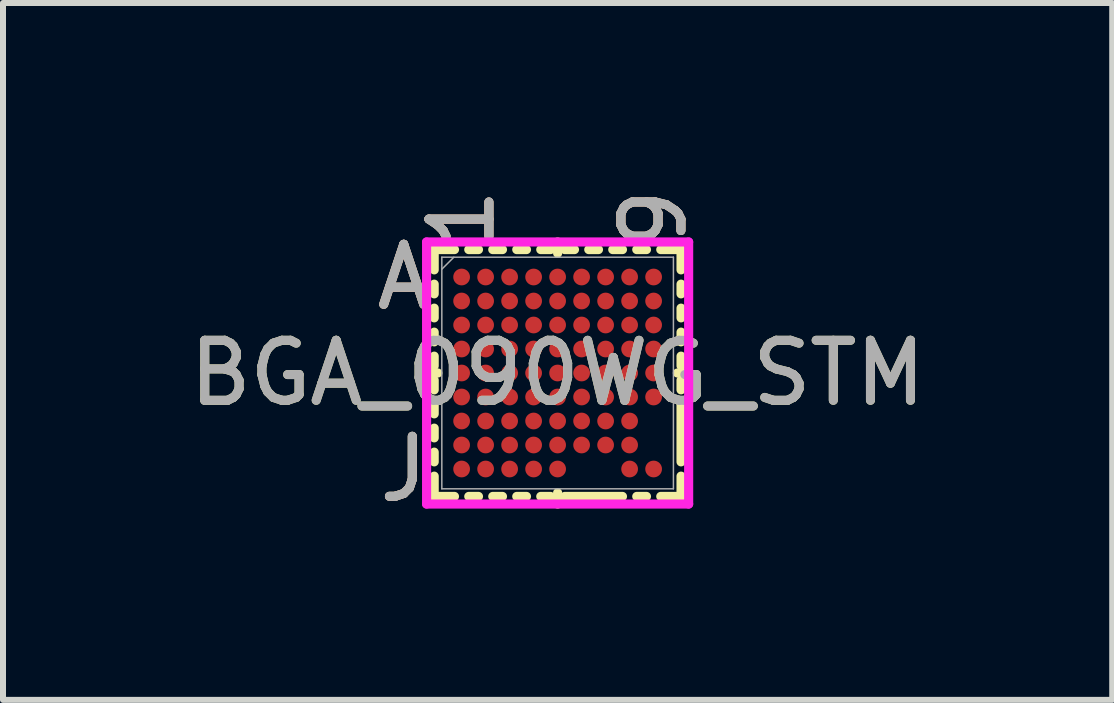
<source format=kicad_pcb>
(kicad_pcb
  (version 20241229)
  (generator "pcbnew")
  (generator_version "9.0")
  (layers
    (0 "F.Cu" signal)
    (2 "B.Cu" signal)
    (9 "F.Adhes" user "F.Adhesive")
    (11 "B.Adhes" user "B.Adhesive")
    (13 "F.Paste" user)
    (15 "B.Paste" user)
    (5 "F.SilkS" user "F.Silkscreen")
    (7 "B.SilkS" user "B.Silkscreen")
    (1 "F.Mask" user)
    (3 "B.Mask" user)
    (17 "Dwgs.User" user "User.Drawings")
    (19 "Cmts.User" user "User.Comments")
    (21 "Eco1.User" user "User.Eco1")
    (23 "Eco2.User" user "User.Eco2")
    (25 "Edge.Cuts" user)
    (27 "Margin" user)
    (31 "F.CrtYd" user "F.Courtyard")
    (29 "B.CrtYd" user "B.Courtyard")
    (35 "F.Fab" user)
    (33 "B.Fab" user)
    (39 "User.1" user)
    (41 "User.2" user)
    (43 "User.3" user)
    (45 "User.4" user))
  (footprint "BGA_090WG_STM"
    (layer "F.Cu")
    (at 6.244 3.167)
    (property "Reference" "BGA_090WG_STM" (at 0 0 0) (unlocked yes) (layer "F.SilkS") (effects (font (size 1 1) (thickness 0.15))))
    (attr smd)
    (fp_line (start -2.057 -2.057) (end -2.057 -1.719) (stroke (width 0.152) (type solid)) (layer "F.SilkS"))
    (fp_line (start -2.057 -1.481) (end -2.057 -1.319) (stroke (width 0.152) (type solid)) (layer "F.SilkS"))
    (fp_line (start -2.057 -1.081) (end -2.057 -0.919) (stroke (width 0.152) (type solid)) (layer "F.SilkS"))
    (fp_line (start -2.057 -0.681) (end -2.057 -0.519) (stroke (width 0.152) (type solid)) (layer "F.SilkS"))
    (fp_line (start -2.057 -0.281) (end -2.057 -0.119) (stroke (width 0.152) (type solid)) (layer "F.SilkS"))
    (fp_line (start -2.057 0.119) (end -2.057 0.281) (stroke (width 0.152) (type solid)) (layer "F.SilkS"))
    (fp_line (start -2.057 0.519) (end -2.057 0.681) (stroke (width 0.152) (type solid)) (layer "F.SilkS"))
    (fp_line (start -2.057 0.919) (end -2.057 1.081) (stroke (width 0.152) (type solid)) (layer "F.SilkS"))
    (fp_line (start -2.057 1.319) (end -2.057 1.481) (stroke (width 0.152) (type solid)) (layer "F.SilkS"))
    (fp_line (start -2.057 1.719) (end -2.057 2.057) (stroke (width 0.152) (type solid)) (layer "F.SilkS"))
    (fp_line (start -2.057 2.057) (end -1.719 2.057) (stroke (width 0.152) (type solid)) (layer "F.SilkS"))
    (fp_line (start -1.996 0) (end -2.184 0) (stroke (width 0.152) (type solid)) (layer "F.SilkS"))
    (fp_line (start -1.719 -2.057) (end -2.057 -2.057) (stroke (width 0.152) (type solid)) (layer "F.SilkS"))
    (fp_line (start -1.481 2.057) (end -1.319 2.057) (stroke (width 0.152) (type solid)) (layer "F.SilkS"))
    (fp_line (start -1.319 -2.057) (end -1.481 -2.057) (stroke (width 0.152) (type solid)) (layer "F.SilkS"))
    (fp_line (start -1.081 2.057) (end -0.919 2.057) (stroke (width 0.152) (type solid)) (layer "F.SilkS"))
    (fp_line (start -0.919 -2.057) (end -1.081 -2.057) (stroke (width 0.152) (type solid)) (layer "F.SilkS"))
    (fp_line (start -0.681 2.057) (end -0.519 2.057) (stroke (width 0.152) (type solid)) (layer "F.SilkS"))
    (fp_line (start -0.519 -2.057) (end -0.681 -2.057) (stroke (width 0.152) (type solid)) (layer "F.SilkS"))
    (fp_line (start -0.281 2.057) (end -0.119 2.057) (stroke (width 0.152) (type solid)) (layer "F.SilkS"))
    (fp_line (start -0.119 -2.057) (end -0.281 -2.057) (stroke (width 0.152) (type solid)) (layer "F.SilkS"))
    (fp_line (start 0 -1.996) (end 0 -2.184) (stroke (width 0.152) (type solid)) (layer "F.SilkS"))
    (fp_line (start 0 1.996) (end 0 2.184) (stroke (width 0.152) (type solid)) (layer "F.SilkS"))
    (fp_line (start 0.119 2.057) (end 1.081 2.057) (stroke (width 0.152) (type solid)) (layer "F.SilkS"))
    (fp_line (start 0.281 -2.057) (end 0.119 -2.057) (stroke (width 0.152) (type solid)) (layer "F.SilkS"))
    (fp_line (start 0.681 -2.057) (end 0.519 -2.057) (stroke (width 0.152) (type solid)) (layer "F.SilkS"))
    (fp_line (start 1.081 -2.057) (end 0.919 -2.057) (stroke (width 0.152) (type solid)) (layer "F.SilkS"))
    (fp_line (start 1.319 2.057) (end 1.481 2.057) (stroke (width 0.152) (type solid)) (layer "F.SilkS"))
    (fp_line (start 1.481 -2.057) (end 1.319 -2.057) (stroke (width 0.152) (type solid)) (layer "F.SilkS"))
    (fp_line (start 1.719 2.057) (end 2.057 2.057) (stroke (width 0.152) (type solid)) (layer "F.SilkS"))
    (fp_line (start 1.996 0) (end 2.184 0) (stroke (width 0.152) (type solid)) (layer "F.SilkS"))
    (fp_line (start 2.057 -2.057) (end 1.719 -2.057) (stroke (width 0.152) (type solid)) (layer "F.SilkS"))
    (fp_line (start 2.057 -1.719) (end 2.057 -2.057) (stroke (width 0.152) (type solid)) (layer "F.SilkS"))
    (fp_line (start 2.057 -1.319) (end 2.057 -1.481) (stroke (width 0.152) (type solid)) (layer "F.SilkS"))
    (fp_line (start 2.057 -0.919) (end 2.057 -1.081) (stroke (width 0.152) (type solid)) (layer "F.SilkS"))
    (fp_line (start 2.057 -0.519) (end 2.057 -0.681) (stroke (width 0.152) (type solid)) (layer "F.SilkS"))
    (fp_line (start 2.057 -0.119) (end 2.057 -0.281) (stroke (width 0.152) (type solid)) (layer "F.SilkS"))
    (fp_line (start 2.057 0.281) (end 2.057 0.119) (stroke (width 0.152) (type solid)) (layer "F.SilkS"))
    (fp_line (start 2.057 1.481) (end 2.057 0.519) (stroke (width 0.152) (type solid)) (layer "F.SilkS"))
    (fp_line (start 2.057 2.057) (end 2.057 1.719) (stroke (width 0.152) (type solid)) (layer "F.SilkS"))
    (fp_line (start -2.184 -2.184) (end 2.184 -2.184) (stroke (width 0.152) (type solid)) (layer "F.CrtYd"))
    (fp_line (start -2.184 2.184) (end -2.184 -2.184) (stroke (width 0.152) (type solid)) (layer "F.CrtYd"))
    (fp_line (start 2.184 -2.184) (end 2.184 2.184) (stroke (width 0.152) (type solid)) (layer "F.CrtYd"))
    (fp_line (start 2.184 2.184) (end -2.184 2.184) (stroke (width 0.152) (type solid)) (layer "F.CrtYd"))
    (fp_line (start -1.93 -1.93) (end -1.93 1.93) (stroke (width 0.025) (type solid)) (layer "F.Fab"))
    (fp_line (start -1.93 1.93) (end 1.93 1.93) (stroke (width 0.025) (type solid)) (layer "F.Fab"))
    (fp_line (start -1.73 -1.93) (end -1.93 -1.73) (stroke (width 0.025) (type solid)) (layer "F.Fab"))
    (fp_line (start 1.93 -1.93) (end -1.93 -1.93) (stroke (width 0.025) (type solid)) (layer "F.Fab"))
    (fp_line (start 1.93 1.93) (end 1.93 -1.93) (stroke (width 0.025) (type solid)) (layer "F.Fab"))
    (fp_text user "1" (at -1.6 -2.565 90) (unlocked yes) (layer "F.SilkS") (effects (font (size 1 1) (thickness 0.15))))
    (fp_text user "9" (at 1.6 -2.565 90) (unlocked yes) (layer "F.SilkS") (effects (font (size 1 1) (thickness 0.15))))
    (fp_text user "A" (at -2.565 -1.6 0) (unlocked yes) (layer "F.SilkS") (effects (font (size 1 1) (thickness 0.15))))
    (fp_text user "J" (at -2.565 1.6 0) (unlocked yes) (layer "F.SilkS") (effects (font (size 1 1) (thickness 0.15))))
    (fp_text user "A" (at -2.565 -1.6 0) (unlocked yes) (layer "B.SilkS") (effects (font (size 1 1) (thickness 0.15))))
    (fp_text user "9" (at 1.6 -2.565 90) (unlocked yes) (layer "B.SilkS") (effects (font (size 1 1) (thickness 0.15))))
    (fp_text user "J" (at -2.565 1.6 0) (unlocked yes) (layer "B.SilkS") (effects (font (size 1 1) (thickness 0.15))))
    (fp_text user "1" (at -1.6 -2.565 90) (unlocked yes) (layer "B.SilkS") (effects (font (size 1 1) (thickness 0.15))))
    (fp_text user "9" (at 1.6 -2.565 90) (unlocked yes) (layer "F.Fab") (effects (font (size 1 1) (thickness 0.15))))
    (fp_text user "1" (at -1.6 -2.565 90) (unlocked yes) (layer "F.Fab") (effects (font (size 1 1) (thickness 0.15))))
    (fp_text user "A" (at -2.565 -1.6 0) (unlocked yes) (layer "F.Fab") (effects (font (size 1 1) (thickness 0.15))))
    (fp_text user "J" (at -2.565 1.6 0) (unlocked yes) (layer "F.Fab") (effects (font (size 1 1) (thickness 0.15))))
    (fp_text user "${REFERENCE}" (at 0 0 0) (unlocked yes) (layer "F.Fab") (effects (font (size 1 1) (thickness 0.15))))
    (pad "A1" smd circle (at -1.6 -1.6) (size 0.279 0.279) (layers "F.Cu" "F.Mask" "F.Paste"))
    (pad "A2" smd circle (at -1.2 -1.6) (size 0.279 0.279) (layers "F.Cu" "F.Mask" "F.Paste"))
    (pad "A3" smd circle (at -0.8 -1.6) (size 0.279 0.279) (layers "F.Cu" "F.Mask" "F.Paste"))
    (pad "A4" smd circle (at -0.4 -1.6) (size 0.279 0.279) (layers "F.Cu" "F.Mask" "F.Paste"))
    (pad "A5" smd circle (at 0 -1.6) (size 0.279 0.279) (layers "F.Cu" "F.Mask" "F.Paste"))
    (pad "A6" smd circle (at 0.4 -1.6) (size 0.279 0.279) (layers "F.Cu" "F.Mask" "F.Paste"))
    (pad "A7" smd circle (at 0.8 -1.6) (size 0.279 0.279) (layers "F.Cu" "F.Mask" "F.Paste"))
    (pad "A8" smd circle (at 1.2 -1.6) (size 0.279 0.279) (layers "F.Cu" "F.Mask" "F.Paste"))
    (pad "A9" smd circle (at 1.6 -1.6) (size 0.279 0.279) (layers "F.Cu" "F.Mask" "F.Paste"))
    (pad "B1" smd circle (at -1.6 -1.2) (size 0.279 0.279) (layers "F.Cu" "F.Mask" "F.Paste"))
    (pad "B2" smd circle (at -1.2 -1.2) (size 0.279 0.279) (layers "F.Cu" "F.Mask" "F.Paste"))
    (pad "B3" smd circle (at -0.8 -1.2) (size 0.279 0.279) (layers "F.Cu" "F.Mask" "F.Paste"))
    (pad "B4" smd circle (at -0.4 -1.2) (size 0.279 0.279) (layers "F.Cu" "F.Mask" "F.Paste"))
    (pad "B5" smd circle (at 0 -1.2) (size 0.279 0.279) (layers "F.Cu" "F.Mask" "F.Paste"))
    (pad "B6" smd circle (at 0.4 -1.2) (size 0.279 0.279) (layers "F.Cu" "F.Mask" "F.Paste"))
    (pad "B7" smd circle (at 0.8 -1.2) (size 0.279 0.279) (layers "F.Cu" "F.Mask" "F.Paste"))
    (pad "B8" smd circle (at 1.2 -1.2) (size 0.279 0.279) (layers "F.Cu" "F.Mask" "F.Paste"))
    (pad "B9" smd circle (at 1.6 -1.2) (size 0.279 0.279) (layers "F.Cu" "F.Mask" "F.Paste"))
    (pad "C1" smd circle (at -1.6 -0.8) (size 0.279 0.279) (layers "F.Cu" "F.Mask" "F.Paste"))
    (pad "C2" smd circle (at -1.2 -0.8) (size 0.279 0.279) (layers "F.Cu" "F.Mask" "F.Paste"))
    (pad "C3" smd circle (at -0.8 -0.8) (size 0.279 0.279) (layers "F.Cu" "F.Mask" "F.Paste"))
    (pad "C4" smd circle (at -0.4 -0.8) (size 0.279 0.279) (layers "F.Cu" "F.Mask" "F.Paste"))
    (pad "C5" smd circle (at 0 -0.8) (size 0.279 0.279) (layers "F.Cu" "F.Mask" "F.Paste"))
    (pad "C6" smd circle (at 0.4 -0.8) (size 0.279 0.279) (layers "F.Cu" "F.Mask" "F.Paste"))
    (pad "C7" smd circle (at 0.8 -0.8) (size 0.279 0.279) (layers "F.Cu" "F.Mask" "F.Paste"))
    (pad "C8" smd circle (at 1.2 -0.8) (size 0.279 0.279) (layers "F.Cu" "F.Mask" "F.Paste"))
    (pad "C9" smd circle (at 1.6 -0.8) (size 0.279 0.279) (layers "F.Cu" "F.Mask" "F.Paste"))
    (pad "D1" smd circle (at -1.6 -0.4) (size 0.279 0.279) (layers "F.Cu" "F.Mask" "F.Paste"))
    (pad "D2" smd circle (at -1.2 -0.4) (size 0.279 0.279) (layers "F.Cu" "F.Mask" "F.Paste"))
    (pad "D3" smd circle (at -0.8 -0.4) (size 0.279 0.279) (layers "F.Cu" "F.Mask" "F.Paste"))
    (pad "D4" smd circle (at -0.4 -0.4) (size 0.279 0.279) (layers "F.Cu" "F.Mask" "F.Paste"))
    (pad "D5" smd circle (at 0 -0.4) (size 0.279 0.279) (layers "F.Cu" "F.Mask" "F.Paste"))
    (pad "D6" smd circle (at 0.4 -0.4) (size 0.279 0.279) (layers "F.Cu" "F.Mask" "F.Paste"))
    (pad "D7" smd circle (at 0.8 -0.4) (size 0.279 0.279) (layers "F.Cu" "F.Mask" "F.Paste"))
    (pad "D8" smd circle (at 1.2 -0.4) (size 0.279 0.279) (layers "F.Cu" "F.Mask" "F.Paste"))
    (pad "D9" smd circle (at 1.6 -0.4) (size 0.279 0.279) (layers "F.Cu" "F.Mask" "F.Paste"))
    (pad "E1" smd circle (at -1.6 0) (size 0.279 0.279) (layers "F.Cu" "F.Mask" "F.Paste"))
    (pad "E2" smd circle (at -1.2 0) (size 0.279 0.279) (layers "F.Cu" "F.Mask" "F.Paste"))
    (pad "E3" smd circle (at -0.8 0) (size 0.279 0.279) (layers "F.Cu" "F.Mask" "F.Paste"))
    (pad "E4" smd circle (at -0.4 0) (size 0.279 0.279) (layers "F.Cu" "F.Mask" "F.Paste"))
    (pad "E5" smd circle (at 0 0) (size 0.279 0.279) (layers "F.Cu" "F.Mask" "F.Paste"))
    (pad "E6" smd circle (at 0.4 0) (size 0.279 0.279) (layers "F.Cu" "F.Mask" "F.Paste"))
    (pad "E7" smd circle (at 0.8 0) (size 0.279 0.279) (layers "F.Cu" "F.Mask" "F.Paste"))
    (pad "E8" smd circle (at 1.2 0) (size 0.279 0.279) (layers "F.Cu" "F.Mask" "F.Paste"))
    (pad "E9" smd circle (at 1.6 0) (size 0.279 0.279) (layers "F.Cu" "F.Mask" "F.Paste"))
    (pad "F1" smd circle (at -1.6 0.4) (size 0.279 0.279) (layers "F.Cu" "F.Mask" "F.Paste"))
    (pad "F2" smd circle (at -1.2 0.4) (size 0.279 0.279) (layers "F.Cu" "F.Mask" "F.Paste"))
    (pad "F3" smd circle (at -0.8 0.4) (size 0.279 0.279) (layers "F.Cu" "F.Mask" "F.Paste"))
    (pad "F4" smd circle (at -0.4 0.4) (size 0.279 0.279) (layers "F.Cu" "F.Mask" "F.Paste"))
    (pad "F5" smd circle (at 0 0.4) (size 0.279 0.279) (layers "F.Cu" "F.Mask" "F.Paste"))
    (pad "F6" smd circle (at 0.4 0.4) (size 0.279 0.279) (layers "F.Cu" "F.Mask" "F.Paste"))
    (pad "F7" smd circle (at 0.8 0.4) (size 0.279 0.279) (layers "F.Cu" "F.Mask" "F.Paste"))
    (pad "F8" smd circle (at 1.2 0.4) (size 0.279 0.279) (layers "F.Cu" "F.Mask" "F.Paste"))
    (pad "F9" smd circle (at 1.6 0.4) (size 0.279 0.279) (layers "F.Cu" "F.Mask" "F.Paste"))
    (pad "G1" smd circle (at -1.6 0.8) (size 0.279 0.279) (layers "F.Cu" "F.Mask" "F.Paste"))
    (pad "G2" smd circle (at -1.2 0.8) (size 0.279 0.279) (layers "F.Cu" "F.Mask" "F.Paste"))
    (pad "G3" smd circle (at -0.8 0.8) (size 0.279 0.279) (layers "F.Cu" "F.Mask" "F.Paste"))
    (pad "G4" smd circle (at -0.4 0.8) (size 0.279 0.279) (layers "F.Cu" "F.Mask" "F.Paste"))
    (pad "G5" smd circle (at 0 0.8) (size 0.279 0.279) (layers "F.Cu" "F.Mask" "F.Paste"))
    (pad "G6" smd circle (at 0.4 0.8) (size 0.279 0.279) (layers "F.Cu" "F.Mask" "F.Paste"))
    (pad "G7" smd circle (at 0.8 0.8) (size 0.279 0.279) (layers "F.Cu" "F.Mask" "F.Paste"))
    (pad "G8" smd circle (at 1.2 0.8) (size 0.279 0.279) (layers "F.Cu" "F.Mask" "F.Paste"))
    (pad "H1" smd circle (at -1.6 1.2) (size 0.279 0.279) (layers "F.Cu" "F.Mask" "F.Paste"))
    (pad "H2" smd circle (at -1.2 1.2) (size 0.279 0.279) (layers "F.Cu" "F.Mask" "F.Paste"))
    (pad "H3" smd circle (at -0.8 1.2) (size 0.279 0.279) (layers "F.Cu" "F.Mask" "F.Paste"))
    (pad "H4" smd circle (at -0.4 1.2) (size 0.279 0.279) (layers "F.Cu" "F.Mask" "F.Paste"))
    (pad "H5" smd circle (at 0 1.2) (size 0.279 0.279) (layers "F.Cu" "F.Mask" "F.Paste"))
    (pad "H6" smd circle (at 0.4 1.2) (size 0.279 0.279) (layers "F.Cu" "F.Mask" "F.Paste"))
    (pad "H7" smd circle (at 0.8 1.2) (size 0.279 0.279) (layers "F.Cu" "F.Mask" "F.Paste"))
    (pad "H8" smd circle (at 1.2 1.2) (size 0.279 0.279) (layers "F.Cu" "F.Mask" "F.Paste"))
    (pad "J1" smd circle (at -1.6 1.6) (size 0.279 0.279) (layers "F.Cu" "F.Mask" "F.Paste"))
    (pad "J2" smd circle (at -1.2 1.6) (size 0.279 0.279) (layers "F.Cu" "F.Mask" "F.Paste"))
    (pad "J3" smd circle (at -0.8 1.6) (size 0.279 0.279) (layers "F.Cu" "F.Mask" "F.Paste"))
    (pad "J4" smd circle (at -0.4 1.6) (size 0.279 0.279) (layers "F.Cu" "F.Mask" "F.Paste"))
    (pad "J5" smd circle (at 0 1.6) (size 0.279 0.279) (layers "F.Cu" "F.Mask" "F.Paste"))
    (pad "J8" smd circle (at 1.2 1.6) (size 0.279 0.279) (layers "F.Cu" "F.Mask" "F.Paste"))
    (pad "J9" smd circle (at 1.6 1.6) (size 0.279 0.279) (layers "F.Cu" "F.Mask" "F.Paste")))
  (gr_rect
    (start -3 -3)
    (end 15.488 8.615)
    (stroke (width 0.1) (type default))
    (fill no)
    (layer "Edge.Cuts")))
</source>
